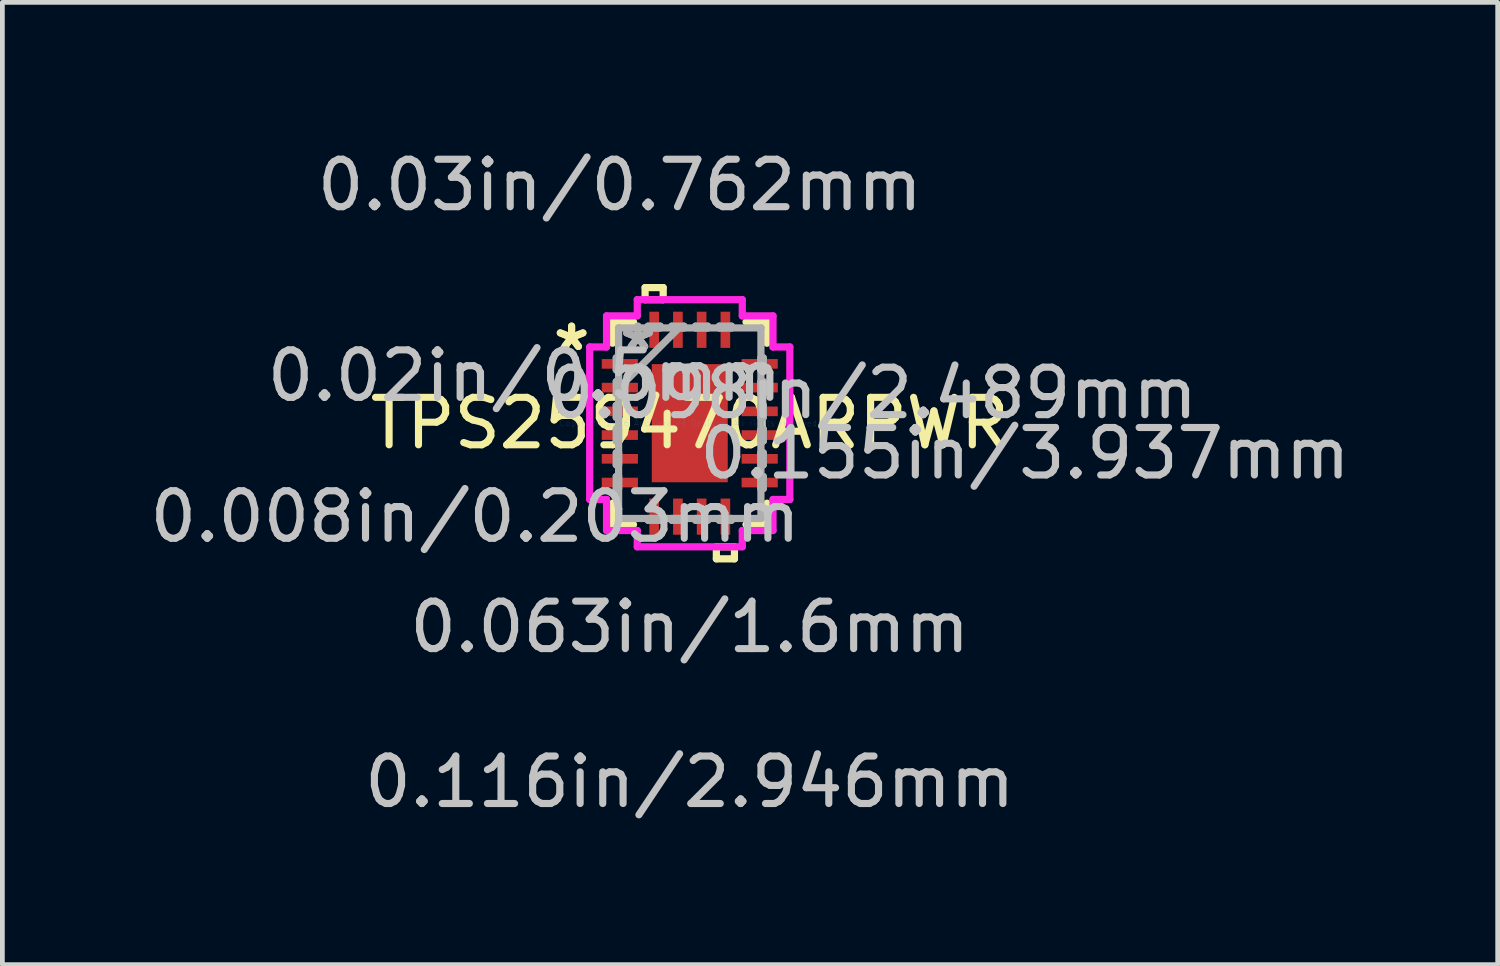
<source format=kicad_pcb>
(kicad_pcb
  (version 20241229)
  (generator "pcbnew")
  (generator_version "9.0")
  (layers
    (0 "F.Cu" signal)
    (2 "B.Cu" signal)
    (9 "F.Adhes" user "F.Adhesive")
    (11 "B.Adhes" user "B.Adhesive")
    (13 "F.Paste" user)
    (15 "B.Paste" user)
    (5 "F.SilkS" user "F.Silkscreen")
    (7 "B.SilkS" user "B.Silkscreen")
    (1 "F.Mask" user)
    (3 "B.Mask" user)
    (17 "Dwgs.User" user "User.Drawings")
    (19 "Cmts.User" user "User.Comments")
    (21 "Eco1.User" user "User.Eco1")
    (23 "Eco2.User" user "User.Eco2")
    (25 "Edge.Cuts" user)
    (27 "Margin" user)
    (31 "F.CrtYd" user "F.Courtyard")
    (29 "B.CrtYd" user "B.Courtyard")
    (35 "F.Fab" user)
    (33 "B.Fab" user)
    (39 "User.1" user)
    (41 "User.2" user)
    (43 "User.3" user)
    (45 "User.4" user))
  (footprint "TPS259470ARPWR"
    (layer "F.Cu")
    (at 11.48 5.865)
    (property "Reference" "TPS259470ARPWR" (at 0 0 0) (layer "F.SilkS") (effects (font (size 1 1) (thickness 0.15))))
    (attr through_hole)
    (fp_line (start -1.626 -2.134) (end -1.626 -1.685) (stroke (width 0.152) (type solid)) (layer "F.SilkS"))
    (fp_line (start -1.626 1.685) (end -1.626 2.134) (stroke (width 0.152) (type solid)) (layer "F.SilkS"))
    (fp_line (start -1.626 2.134) (end -1.185 2.134) (stroke (width 0.152) (type solid)) (layer "F.SilkS"))
    (fp_line (start -1.185 -2.134) (end -1.626 -2.134) (stroke (width 0.152) (type solid)) (layer "F.SilkS"))
    (fp_line (start -0.941 -2.857) (end -0.56 -2.857) (stroke (width 0.152) (type solid)) (layer "F.SilkS"))
    (fp_line (start -0.941 -2.603) (end -0.941 -2.857) (stroke (width 0.152) (type solid)) (layer "F.SilkS"))
    (fp_line (start -0.56 -2.857) (end -0.56 -2.603) (stroke (width 0.152) (type solid)) (layer "F.SilkS"))
    (fp_line (start -0.56 -2.603) (end -0.941 -2.603) (stroke (width 0.152) (type solid)) (layer "F.SilkS"))
    (fp_line (start 0.56 2.603) (end 0.56 2.857) (stroke (width 0.152) (type solid)) (layer "F.SilkS"))
    (fp_line (start 0.56 2.857) (end 0.941 2.857) (stroke (width 0.152) (type solid)) (layer "F.SilkS"))
    (fp_line (start 0.941 2.603) (end 0.56 2.603) (stroke (width 0.152) (type solid)) (layer "F.SilkS"))
    (fp_line (start 0.941 2.857) (end 0.941 2.603) (stroke (width 0.152) (type solid)) (layer "F.SilkS"))
    (fp_line (start 1.185 2.134) (end 1.626 2.134) (stroke (width 0.152) (type solid)) (layer "F.SilkS"))
    (fp_line (start 1.626 -2.134) (end 1.185 -2.134) (stroke (width 0.152) (type solid)) (layer "F.SilkS"))
    (fp_line (start 1.626 -1.685) (end 1.626 -2.134) (stroke (width 0.152) (type solid)) (layer "F.SilkS"))
    (fp_line (start 1.626 2.134) (end 1.626 1.685) (stroke (width 0.152) (type solid)) (layer "F.SilkS"))
    (fp_line (start -2.108 -1.606) (end -1.753 -1.606) (stroke (width 0.152) (type solid)) (layer "F.CrtYd"))
    (fp_line (start -2.108 1.606) (end -2.108 -1.606) (stroke (width 0.152) (type solid)) (layer "F.CrtYd"))
    (fp_line (start -1.753 -2.261) (end -1.106 -2.261) (stroke (width 0.152) (type solid)) (layer "F.CrtYd"))
    (fp_line (start -1.753 -1.606) (end -1.753 -2.261) (stroke (width 0.152) (type solid)) (layer "F.CrtYd"))
    (fp_line (start -1.753 1.606) (end -2.108 1.606) (stroke (width 0.152) (type solid)) (layer "F.CrtYd"))
    (fp_line (start -1.753 2.261) (end -1.753 1.606) (stroke (width 0.152) (type solid)) (layer "F.CrtYd"))
    (fp_line (start -1.106 -2.603) (end 1.106 -2.603) (stroke (width 0.152) (type solid)) (layer "F.CrtYd"))
    (fp_line (start -1.106 -2.261) (end -1.106 -2.603) (stroke (width 0.152) (type solid)) (layer "F.CrtYd"))
    (fp_line (start -1.106 2.261) (end -1.753 2.261) (stroke (width 0.152) (type solid)) (layer "F.CrtYd"))
    (fp_line (start -1.106 2.603) (end -1.106 2.261) (stroke (width 0.152) (type solid)) (layer "F.CrtYd"))
    (fp_line (start 1.106 -2.603) (end 1.106 -2.261) (stroke (width 0.152) (type solid)) (layer "F.CrtYd"))
    (fp_line (start 1.106 -2.261) (end 1.753 -2.261) (stroke (width 0.152) (type solid)) (layer "F.CrtYd"))
    (fp_line (start 1.106 2.261) (end 1.106 2.603) (stroke (width 0.152) (type solid)) (layer "F.CrtYd"))
    (fp_line (start 1.106 2.603) (end -1.106 2.603) (stroke (width 0.152) (type solid)) (layer "F.CrtYd"))
    (fp_line (start 1.753 -2.261) (end 1.753 -1.606) (stroke (width 0.152) (type solid)) (layer "F.CrtYd"))
    (fp_line (start 1.753 -1.606) (end 2.108 -1.606) (stroke (width 0.152) (type solid)) (layer "F.CrtYd"))
    (fp_line (start 1.753 1.606) (end 1.753 2.261) (stroke (width 0.152) (type solid)) (layer "F.CrtYd"))
    (fp_line (start 1.753 2.261) (end 1.106 2.261) (stroke (width 0.152) (type solid)) (layer "F.CrtYd"))
    (fp_line (start 2.108 -1.606) (end 2.108 1.606) (stroke (width 0.152) (type solid)) (layer "F.CrtYd"))
    (fp_line (start 2.108 1.606) (end 1.753 1.606) (stroke (width 0.152) (type solid)) (layer "F.CrtYd"))
    (fp_line (start -1.549 -1.377) (end -1.549 -1.123) (stroke (width 0.152) (type solid)) (layer "F.Fab"))
    (fp_line (start -1.549 -1.123) (end -1.499 -1.123) (stroke (width 0.152) (type solid)) (layer "F.Fab"))
    (fp_line (start -1.549 -0.877) (end -1.549 -0.623) (stroke (width 0.152) (type solid)) (layer "F.Fab"))
    (fp_line (start -1.549 -0.623) (end -1.499 -0.623) (stroke (width 0.152) (type solid)) (layer "F.Fab"))
    (fp_line (start -1.549 -0.377) (end -1.549 -0.123) (stroke (width 0.152) (type solid)) (layer "F.Fab"))
    (fp_line (start -1.549 -0.123) (end -1.499 -0.123) (stroke (width 0.152) (type solid)) (layer "F.Fab"))
    (fp_line (start -1.549 0.123) (end -1.549 0.377) (stroke (width 0.152) (type solid)) (layer "F.Fab"))
    (fp_line (start -1.549 0.377) (end -1.499 0.377) (stroke (width 0.152) (type solid)) (layer "F.Fab"))
    (fp_line (start -1.549 0.623) (end -1.549 0.877) (stroke (width 0.152) (type solid)) (layer "F.Fab"))
    (fp_line (start -1.549 0.877) (end -1.499 0.877) (stroke (width 0.152) (type solid)) (layer "F.Fab"))
    (fp_line (start -1.549 1.123) (end -1.549 1.377) (stroke (width 0.152) (type solid)) (layer "F.Fab"))
    (fp_line (start -1.549 1.377) (end -1.499 1.377) (stroke (width 0.152) (type solid)) (layer "F.Fab"))
    (fp_line (start -1.499 -2.007) (end -1.499 -2.007) (stroke (width 0.152) (type solid)) (layer "F.Fab"))
    (fp_line (start -1.499 -2.007) (end -1.499 2.007) (stroke (width 0.152) (type solid)) (layer "F.Fab"))
    (fp_line (start -1.499 -1.377) (end -1.549 -1.377) (stroke (width 0.152) (type solid)) (layer "F.Fab"))
    (fp_line (start -1.499 -1.123) (end -1.499 -1.377) (stroke (width 0.152) (type solid)) (layer "F.Fab"))
    (fp_line (start -1.499 -0.877) (end -1.549 -0.877) (stroke (width 0.152) (type solid)) (layer "F.Fab"))
    (fp_line (start -1.499 -0.737) (end -0.229 -2.007) (stroke (width 0.152) (type solid)) (layer "F.Fab"))
    (fp_line (start -1.499 -0.623) (end -1.499 -0.877) (stroke (width 0.152) (type solid)) (layer "F.Fab"))
    (fp_line (start -1.499 -0.377) (end -1.549 -0.377) (stroke (width 0.152) (type solid)) (layer "F.Fab"))
    (fp_line (start -1.499 -0.123) (end -1.499 -0.377) (stroke (width 0.152) (type solid)) (layer "F.Fab"))
    (fp_line (start -1.499 0.123) (end -1.549 0.123) (stroke (width 0.152) (type solid)) (layer "F.Fab"))
    (fp_line (start -1.499 0.377) (end -1.499 0.123) (stroke (width 0.152) (type solid)) (layer "F.Fab"))
    (fp_line (start -1.499 0.623) (end -1.549 0.623) (stroke (width 0.152) (type solid)) (layer "F.Fab"))
    (fp_line (start -1.499 0.877) (end -1.499 0.623) (stroke (width 0.152) (type solid)) (layer "F.Fab"))
    (fp_line (start -1.499 1.123) (end -1.549 1.123) (stroke (width 0.152) (type solid)) (layer "F.Fab"))
    (fp_line (start -1.499 1.377) (end -1.499 1.123) (stroke (width 0.152) (type solid)) (layer "F.Fab"))
    (fp_line (start -1.499 2.007) (end -1.499 2.007) (stroke (width 0.152) (type solid)) (layer "F.Fab"))
    (fp_line (start -1.499 2.007) (end 1.499 2.007) (stroke (width 0.152) (type solid)) (layer "F.Fab"))
    (fp_line (start -0.877 -2.045) (end -0.877 -2.007) (stroke (width 0.152) (type solid)) (layer "F.Fab"))
    (fp_line (start -0.877 -2.007) (end -0.623 -2.007) (stroke (width 0.152) (type solid)) (layer "F.Fab"))
    (fp_line (start -0.877 2.007) (end -0.877 2.045) (stroke (width 0.152) (type solid)) (layer "F.Fab"))
    (fp_line (start -0.877 2.045) (end -0.623 2.045) (stroke (width 0.152) (type solid)) (layer "F.Fab"))
    (fp_line (start -0.623 -2.045) (end -0.877 -2.045) (stroke (width 0.152) (type solid)) (layer "F.Fab"))
    (fp_line (start -0.623 -2.007) (end -0.623 -2.045) (stroke (width 0.152) (type solid)) (layer "F.Fab"))
    (fp_line (start -0.623 2.007) (end -0.877 2.007) (stroke (width 0.152) (type solid)) (layer "F.Fab"))
    (fp_line (start -0.623 2.045) (end -0.623 2.007) (stroke (width 0.152) (type solid)) (layer "F.Fab"))
    (fp_line (start -0.377 -2.045) (end -0.377 -2.007) (stroke (width 0.152) (type solid)) (layer "F.Fab"))
    (fp_line (start -0.377 -2.007) (end -0.123 -2.007) (stroke (width 0.152) (type solid)) (layer "F.Fab"))
    (fp_line (start -0.377 2.007) (end -0.377 2.045) (stroke (width 0.152) (type solid)) (layer "F.Fab"))
    (fp_line (start -0.377 2.045) (end -0.123 2.045) (stroke (width 0.152) (type solid)) (layer "F.Fab"))
    (fp_line (start -0.123 -2.045) (end -0.377 -2.045) (stroke (width 0.152) (type solid)) (layer "F.Fab"))
    (fp_line (start -0.123 -2.007) (end -0.123 -2.045) (stroke (width 0.152) (type solid)) (layer "F.Fab"))
    (fp_line (start -0.123 2.007) (end -0.377 2.007) (stroke (width 0.152) (type solid)) (layer "F.Fab"))
    (fp_line (start -0.123 2.045) (end -0.123 2.007) (stroke (width 0.152) (type solid)) (layer "F.Fab"))
    (fp_line (start 0.123 -2.045) (end 0.123 -2.007) (stroke (width 0.152) (type solid)) (layer "F.Fab"))
    (fp_line (start 0.123 -2.007) (end 0.377 -2.007) (stroke (width 0.152) (type solid)) (layer "F.Fab"))
    (fp_line (start 0.123 2.007) (end 0.123 2.045) (stroke (width 0.152) (type solid)) (layer "F.Fab"))
    (fp_line (start 0.123 2.045) (end 0.377 2.045) (stroke (width 0.152) (type solid)) (layer "F.Fab"))
    (fp_line (start 0.377 -2.045) (end 0.123 -2.045) (stroke (width 0.152) (type solid)) (layer "F.Fab"))
    (fp_line (start 0.377 -2.007) (end 0.377 -2.045) (stroke (width 0.152) (type solid)) (layer "F.Fab"))
    (fp_line (start 0.377 2.007) (end 0.123 2.007) (stroke (width 0.152) (type solid)) (layer "F.Fab"))
    (fp_line (start 0.377 2.045) (end 0.377 2.007) (stroke (width 0.152) (type solid)) (layer "F.Fab"))
    (fp_line (start 0.623 -2.045) (end 0.623 -2.007) (stroke (width 0.152) (type solid)) (layer "F.Fab"))
    (fp_line (start 0.623 -2.007) (end 0.877 -2.007) (stroke (width 0.152) (type solid)) (layer "F.Fab"))
    (fp_line (start 0.623 2.007) (end 0.623 2.045) (stroke (width 0.152) (type solid)) (layer "F.Fab"))
    (fp_line (start 0.623 2.045) (end 0.877 2.045) (stroke (width 0.152) (type solid)) (layer "F.Fab"))
    (fp_line (start 0.877 -2.045) (end 0.623 -2.045) (stroke (width 0.152) (type solid)) (layer "F.Fab"))
    (fp_line (start 0.877 -2.007) (end 0.877 -2.045) (stroke (width 0.152) (type solid)) (layer "F.Fab"))
    (fp_line (start 0.877 2.007) (end 0.623 2.007) (stroke (width 0.152) (type solid)) (layer "F.Fab"))
    (fp_line (start 0.877 2.045) (end 0.877 2.007) (stroke (width 0.152) (type solid)) (layer "F.Fab"))
    (fp_line (start 1.499 -2.007) (end -1.499 -2.007) (stroke (width 0.152) (type solid)) (layer "F.Fab"))
    (fp_line (start 1.499 -2.007) (end 1.499 -2.007) (stroke (width 0.152) (type solid)) (layer "F.Fab"))
    (fp_line (start 1.499 -1.377) (end 1.499 -1.123) (stroke (width 0.152) (type solid)) (layer "F.Fab"))
    (fp_line (start 1.499 -1.123) (end 1.549 -1.123) (stroke (width 0.152) (type solid)) (layer "F.Fab"))
    (fp_line (start 1.499 -0.877) (end 1.499 -0.623) (stroke (width 0.152) (type solid)) (layer "F.Fab"))
    (fp_line (start 1.499 -0.623) (end 1.549 -0.623) (stroke (width 0.152) (type solid)) (layer "F.Fab"))
    (fp_line (start 1.499 -0.377) (end 1.499 -0.123) (stroke (width 0.152) (type solid)) (layer "F.Fab"))
    (fp_line (start 1.499 -0.123) (end 1.549 -0.123) (stroke (width 0.152) (type solid)) (layer "F.Fab"))
    (fp_line (start 1.499 0.123) (end 1.499 0.377) (stroke (width 0.152) (type solid)) (layer "F.Fab"))
    (fp_line (start 1.499 0.377) (end 1.549 0.377) (stroke (width 0.152) (type solid)) (layer "F.Fab"))
    (fp_line (start 1.499 0.623) (end 1.499 0.877) (stroke (width 0.152) (type solid)) (layer "F.Fab"))
    (fp_line (start 1.499 0.877) (end 1.549 0.877) (stroke (width 0.152) (type solid)) (layer "F.Fab"))
    (fp_line (start 1.499 1.123) (end 1.499 1.377) (stroke (width 0.152) (type solid)) (layer "F.Fab"))
    (fp_line (start 1.499 1.377) (end 1.549 1.377) (stroke (width 0.152) (type solid)) (layer "F.Fab"))
    (fp_line (start 1.499 2.007) (end 1.499 -2.007) (stroke (width 0.152) (type solid)) (layer "F.Fab"))
    (fp_line (start 1.499 2.007) (end 1.499 2.007) (stroke (width 0.152) (type solid)) (layer "F.Fab"))
    (fp_line (start 1.549 -1.377) (end 1.499 -1.377) (stroke (width 0.152) (type solid)) (layer "F.Fab"))
    (fp_line (start 1.549 -1.123) (end 1.549 -1.377) (stroke (width 0.152) (type solid)) (layer "F.Fab"))
    (fp_line (start 1.549 -0.877) (end 1.499 -0.877) (stroke (width 0.152) (type solid)) (layer "F.Fab"))
    (fp_line (start 1.549 -0.623) (end 1.549 -0.877) (stroke (width 0.152) (type solid)) (layer "F.Fab"))
    (fp_line (start 1.549 -0.377) (end 1.499 -0.377) (stroke (width 0.152) (type solid)) (layer "F.Fab"))
    (fp_line (start 1.549 -0.123) (end 1.549 -0.377) (stroke (width 0.152) (type solid)) (layer "F.Fab"))
    (fp_line (start 1.549 0.123) (end 1.499 0.123) (stroke (width 0.152) (type solid)) (layer "F.Fab"))
    (fp_line (start 1.549 0.377) (end 1.549 0.123) (stroke (width 0.152) (type solid)) (layer "F.Fab"))
    (fp_line (start 1.549 0.623) (end 1.499 0.623) (stroke (width 0.152) (type solid)) (layer "F.Fab"))
    (fp_line (start 1.549 0.877) (end 1.549 0.623) (stroke (width 0.152) (type solid)) (layer "F.Fab"))
    (fp_line (start 1.549 1.123) (end 1.499 1.123) (stroke (width 0.152) (type solid)) (layer "F.Fab"))
    (fp_line (start 1.549 1.377) (end 1.549 1.123) (stroke (width 0.152) (type solid)) (layer "F.Fab"))
    (fp_text user "*" (at -2.489 -1.5 0) (layer "F.SilkS") (effects (font (size 1 1) (thickness 0.15))))
    (fp_text user "*" (at -2.489 -1.5 0) (layer "F.SilkS") (effects (font (size 1 1) (thickness 0.15))))
    (fp_text user "0.098in/2.489mm" (at 3.848 -0.635 0) (layer "Dwgs.User") (effects (font (size 1 1) (thickness 0.15))))
    (fp_text user "0.03in/0.762mm" (at -1.473 -5.016 0) (layer "Dwgs.User") (effects (font (size 1 1) (thickness 0.15))))
    (fp_text user "0.008in/0.203mm" (at -4.521 1.968 0) (layer "Dwgs.User") (effects (font (size 1 1) (thickness 0.15))))
    (fp_text user "0.02in/0.5mm" (at -3.48 -1 0) (layer "Dwgs.User") (effects (font (size 1 1) (thickness 0.15))))
    (fp_text user "0.063in/1.6mm" (at 0 4.293 0) (layer "Dwgs.User") (effects (font (size 1 1) (thickness 0.15))))
    (fp_text user "0.155in/3.937mm" (at 7.061 0.635 0) (layer "Dwgs.User") (effects (font (size 1 1) (thickness 0.15))))
    (fp_text user "0.116in/2.946mm" (at 0 7.556 0) (layer "Dwgs.User") (effects (font (size 1 1) (thickness 0.15))))
    (fp_text user "Copyright 2016 Accelerated Designs. All rights reserved." (at 0 0 0) (layer "Cmts.User") (effects (font (size 0.127 0.127) (thickness 0.002))))
    (fp_text user "*" (at -1.092 -1.5 0) (layer "F.Fab") (effects (font (size 1 1) (thickness 0.15))))
    (fp_text user "*" (at -1.092 -1.5 0) (layer "F.Fab") (effects (font (size 1 1) (thickness 0.15))))
    (pad "1" smd rect (at -1.473 -1.25 90) (size 0.203 0.762) (layers "F.Cu" "F.Mask" "F.Paste"))
    (pad "2" smd rect (at -1.473 -0.75 90) (size 0.203 0.762) (layers "F.Cu" "F.Mask" "F.Paste"))
    (pad "3" smd rect (at -1.473 -0.25 90) (size 0.203 0.762) (layers "F.Cu" "F.Mask" "F.Paste"))
    (pad "4" smd rect (at -1.473 0.25 90) (size 0.203 0.762) (layers "F.Cu" "F.Mask" "F.Paste"))
    (pad "5" smd rect (at -1.473 0.75 90) (size 0.203 0.762) (layers "F.Cu" "F.Mask" "F.Paste"))
    (pad "6" smd rect (at -1.473 1.25 90) (size 0.203 0.762) (layers "F.Cu" "F.Mask" "F.Paste"))
    (pad "7" smd rect (at -0.75 1.968) (size 0.203 0.762) (layers "F.Cu" "F.Mask" "F.Paste"))
    (pad "8" smd rect (at -0.25 1.968) (size 0.203 0.762) (layers "F.Cu" "F.Mask" "F.Paste"))
    (pad "9" smd rect (at 0.25 1.968) (size 0.203 0.762) (layers "F.Cu" "F.Mask" "F.Paste"))
    (pad "10" smd rect (at 0.75 1.968) (size 0.203 0.762) (layers "F.Cu" "F.Mask" "F.Paste"))
    (pad "11" smd rect (at 1.473 1.25 90) (size 0.203 0.762) (layers "F.Cu" "F.Mask" "F.Paste"))
    (pad "12" smd rect (at 1.473 0.75 90) (size 0.203 0.762) (layers "F.Cu" "F.Mask" "F.Paste"))
    (pad "13" smd rect (at 1.473 0.25 90) (size 0.203 0.762) (layers "F.Cu" "F.Mask" "F.Paste"))
    (pad "14" smd rect (at 1.473 -0.25 90) (size 0.203 0.762) (layers "F.Cu" "F.Mask" "F.Paste"))
    (pad "15" smd rect (at 1.473 -0.75 90) (size 0.203 0.762) (layers "F.Cu" "F.Mask" "F.Paste"))
    (pad "16" smd rect (at 1.473 -1.25 90) (size 0.203 0.762) (layers "F.Cu" "F.Mask" "F.Paste"))
    (pad "17" smd rect (at 0.75 -1.968) (size 0.203 0.762) (layers "F.Cu" "F.Mask" "F.Paste"))
    (pad "18" smd rect (at 0.25 -1.968) (size 0.203 0.762) (layers "F.Cu" "F.Mask" "F.Paste"))
    (pad "19" smd rect (at -0.25 -1.968) (size 0.203 0.762) (layers "F.Cu" "F.Mask" "F.Paste"))
    (pad "20" smd rect (at -0.75 -1.968) (size 0.203 0.762) (layers "F.Cu" "F.Mask" "F.Paste"))
    (pad "21" smd rect (at 0 0) (size 1.6 2.489) (layers "F.Cu" "F.Mask" "F.Paste")))
  (gr_rect
    (start -3 -3)
    (end 28.499 17.27)
    (stroke (width 0.1) (type default))
    (fill no)
    (layer "Edge.Cuts")))
</source>
